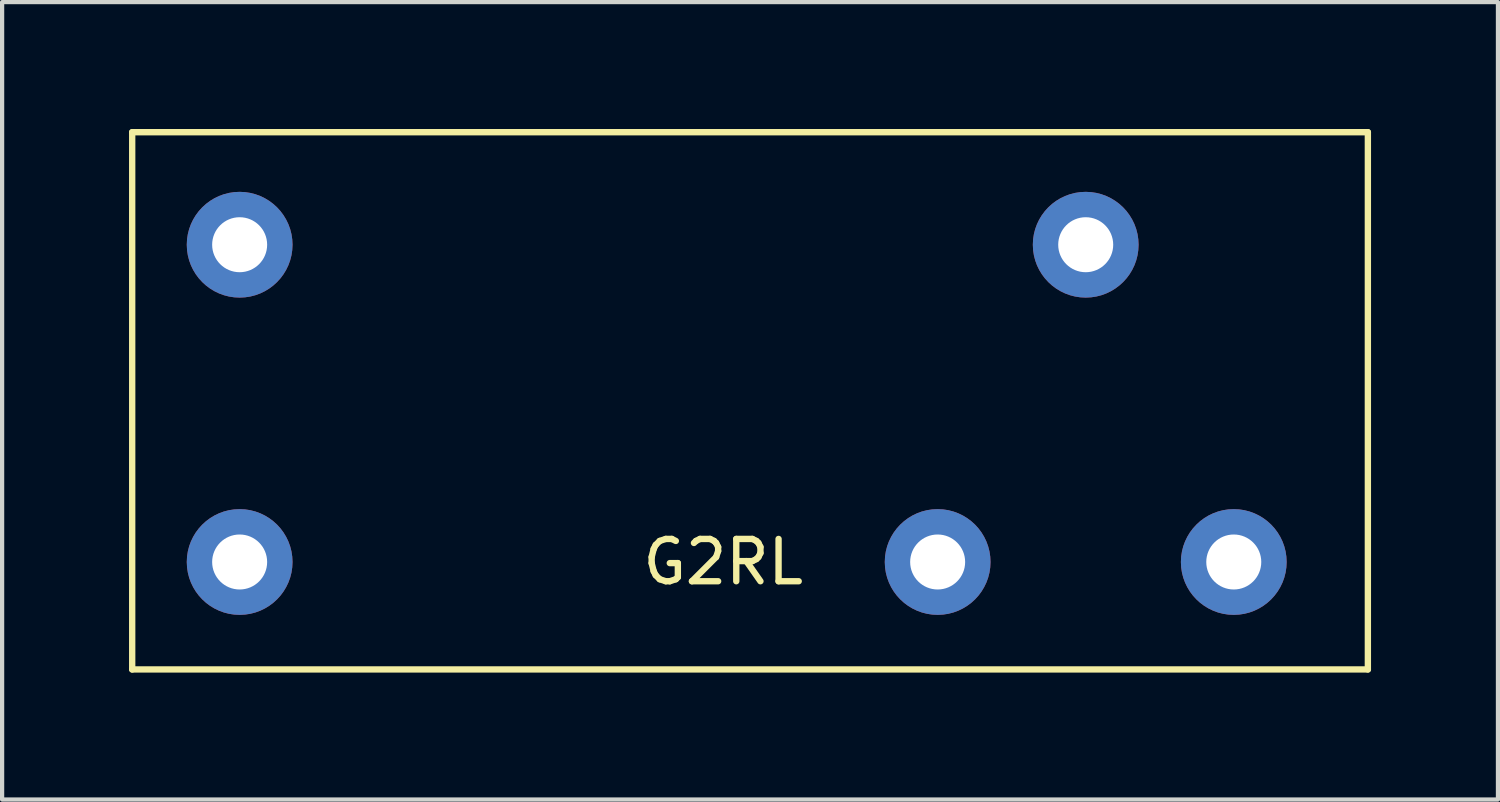
<source format=kicad_pcb>
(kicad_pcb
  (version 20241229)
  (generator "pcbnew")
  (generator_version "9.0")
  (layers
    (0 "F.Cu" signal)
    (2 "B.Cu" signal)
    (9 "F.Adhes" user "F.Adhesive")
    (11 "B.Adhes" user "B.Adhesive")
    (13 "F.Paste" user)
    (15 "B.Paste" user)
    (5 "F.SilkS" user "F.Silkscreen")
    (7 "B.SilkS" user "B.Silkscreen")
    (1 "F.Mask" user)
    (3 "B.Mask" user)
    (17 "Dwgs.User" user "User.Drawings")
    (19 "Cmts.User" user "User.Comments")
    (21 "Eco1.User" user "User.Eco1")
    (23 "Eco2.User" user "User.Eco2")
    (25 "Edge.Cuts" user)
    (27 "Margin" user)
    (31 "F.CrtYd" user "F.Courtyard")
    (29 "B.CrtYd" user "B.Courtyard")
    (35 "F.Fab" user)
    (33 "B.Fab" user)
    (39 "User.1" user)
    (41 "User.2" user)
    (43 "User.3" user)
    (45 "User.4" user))
  (footprint "G2RL"
    (layer "F.Cu")
    (at 15.315 6.425)
    (property "Reference" "G2RL" (at -1.27 3.81 0) (layer "F.SilkS") (effects (font (size 1 1) (thickness 0.15))))
    (attr through_hole)
    (fp_line (start -15.24 -6.35) (end 13.97 -6.35) (stroke (width 0.15) (type solid)) (layer "F.SilkS"))
    (fp_line (start -15.24 6.35) (end -15.24 -6.35) (stroke (width 0.15) (type solid)) (layer "F.SilkS"))
    (fp_line (start 13.97 -6.35) (end 13.97 6.35) (stroke (width 0.15) (type solid)) (layer "F.SilkS"))
    (fp_line (start 13.97 6.35) (end -15.24 6.35) (stroke (width 0.15) (type solid)) (layer "F.SilkS"))
    (pad "1" thru_hole circle (at 3.8 3.81) (size 2.5 2.5) (drill 1.3) (layers "*.Cu" "*.Mask"))
    (pad "2" thru_hole circle (at -12.7 -3.69) (size 2.5 2.5) (drill 1.3) (layers "*.Cu" "*.Mask"))
    (pad "5" thru_hole circle (at 7.3 -3.69) (size 2.5 2.5) (drill 1.3) (layers "*.Cu" "*.Mask"))
    (pad "9" thru_hole circle (at -12.7 3.81) (size 2.5 2.5) (drill 1.3) (layers "*.Cu" "*.Mask"))
    (pad "10" thru_hole circle (at 10.8 3.81) (size 2.5 2.5) (drill 1.3) (layers "*.Cu" "*.Mask")))
  (gr_rect
    (start -3 -3)
    (end 32.36 15.85)
    (stroke (width 0.1) (type default))
    (fill no)
    (layer "Edge.Cuts")))
</source>
